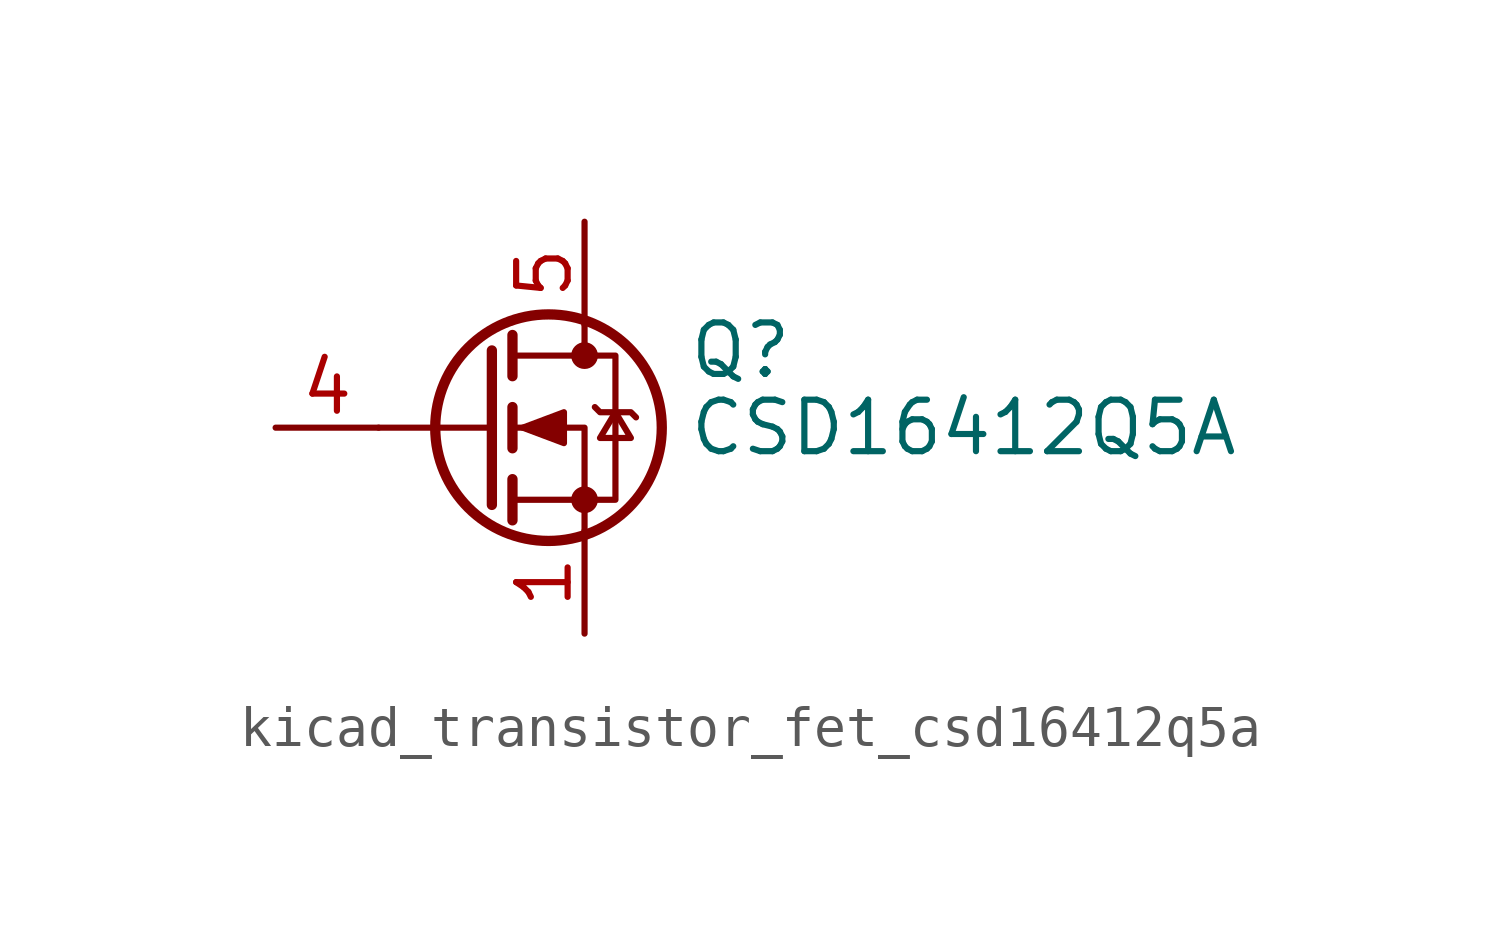
<source format=kicad_sym>
(kicad_symbol_lib
  (version 20220914)
  (generator kicad_symbol_editor)
  (symbol "kicad_transistor_fet_csd16412q5a"
    (pin_names hide)
    (property "Reference" "Q"
      (at 5.08 1.905 0)
      (effects (font (size 1.27 1.27)) (justify left)))
    (property "Value" "CSD16412Q5A"
      (at 5.08 0 0)
      (effects (font (size 1.27 1.27)) (justify left)))
    (symbol "kicad_transistor_fet_csd16412q5a_0_1"
      (polyline (pts (xy 0.254 0) (xy -2.54 0)) (stroke (width 0) (type default)) (fill (type none)))
      (polyline (pts (xy 0.254 1.905) (xy 0.254 -1.905)) (stroke (width 0.254) (type default)) (fill (type none)))
      (polyline (pts (xy 0.762 -1.27) (xy 0.762 -2.286)) (stroke (width 0.254) (type default)) (fill (type none)))
      (polyline (pts (xy 0.762 0.508) (xy 0.762 -0.508)) (stroke (width 0.254) (type default)) (fill (type none)))
      (polyline (pts (xy 0.762 2.286) (xy 0.762 1.27)) (stroke (width 0.254) (type default)) (fill (type none)))
      (polyline (pts (xy 2.54 2.54) (xy 2.54 1.778)) (stroke (width 0) (type default)) (fill (type none)))
      (polyline (pts (xy 2.54 -2.54) (xy 2.54 0) (xy 0.762 0)) (stroke (width 0) (type default)) (fill (type none)))
      (polyline (pts (xy 0.762 -1.778) (xy 3.302 -1.778) (xy 3.302 1.778) (xy 0.762 1.778)) (stroke (width 0) (type default)) (fill (type none)))
      (polyline (pts (xy 1.016 0) (xy 2.032 0.381) (xy 2.032 -0.381) (xy 1.016 0)) (stroke (width 0) (type default)) (fill (type outline)))
      (polyline (pts (xy 2.794 0.508) (xy 2.921 0.381) (xy 3.683 0.381) (xy 3.81 0.254)) (stroke (width 0) (type default)) (fill (type none)))
      (polyline (pts (xy 3.302 0.381) (xy 2.921 -0.254) (xy 3.683 -0.254) (xy 3.302 0.381)) (stroke (width 0) (type default)) (fill (type none)))
      (circle (center 1.651 0) (radius 2.794) (stroke (width 0.254) (type default)) (fill (type none)))
      (circle (center 2.54 -1.778) (radius 0.254) (stroke (width 0) (type default)) (fill (type outline)))
      (circle (center 2.54 1.778) (radius 0.254) (stroke (width 0) (type default)) (fill (type outline))))
    (symbol "kicad_transistor_fet_csd16412q5a_1_1"
      (pin passive line (at 2.54 -5.08 90) (length 2.54) (name "S" (effects (font (size 1.27 1.27)))) (number "1" (effects (font (size 1.27 1.27)))))
      (pin passive line (at 2.54 -5.08 90) (length 2.54) hide (name "S" (effects (font (size 1.27 1.27)))) (number "2" (effects (font (size 1.27 1.27)))))
      (pin passive line (at 2.54 -5.08 90) (length 2.54) hide (name "S" (effects (font (size 1.27 1.27)))) (number "3" (effects (font (size 1.27 1.27)))))
      (pin passive line (at -5.08 0 0) (length 2.54) (name "G" (effects (font (size 1.27 1.27)))) (number "4" (effects (font (size 1.27 1.27)))))
      (pin passive line (at 2.54 5.08 270) (length 2.54) (name "D" (effects (font (size 1.27 1.27)))) (number "5" (effects (font (size 1.27 1.27))))))))
</source>
